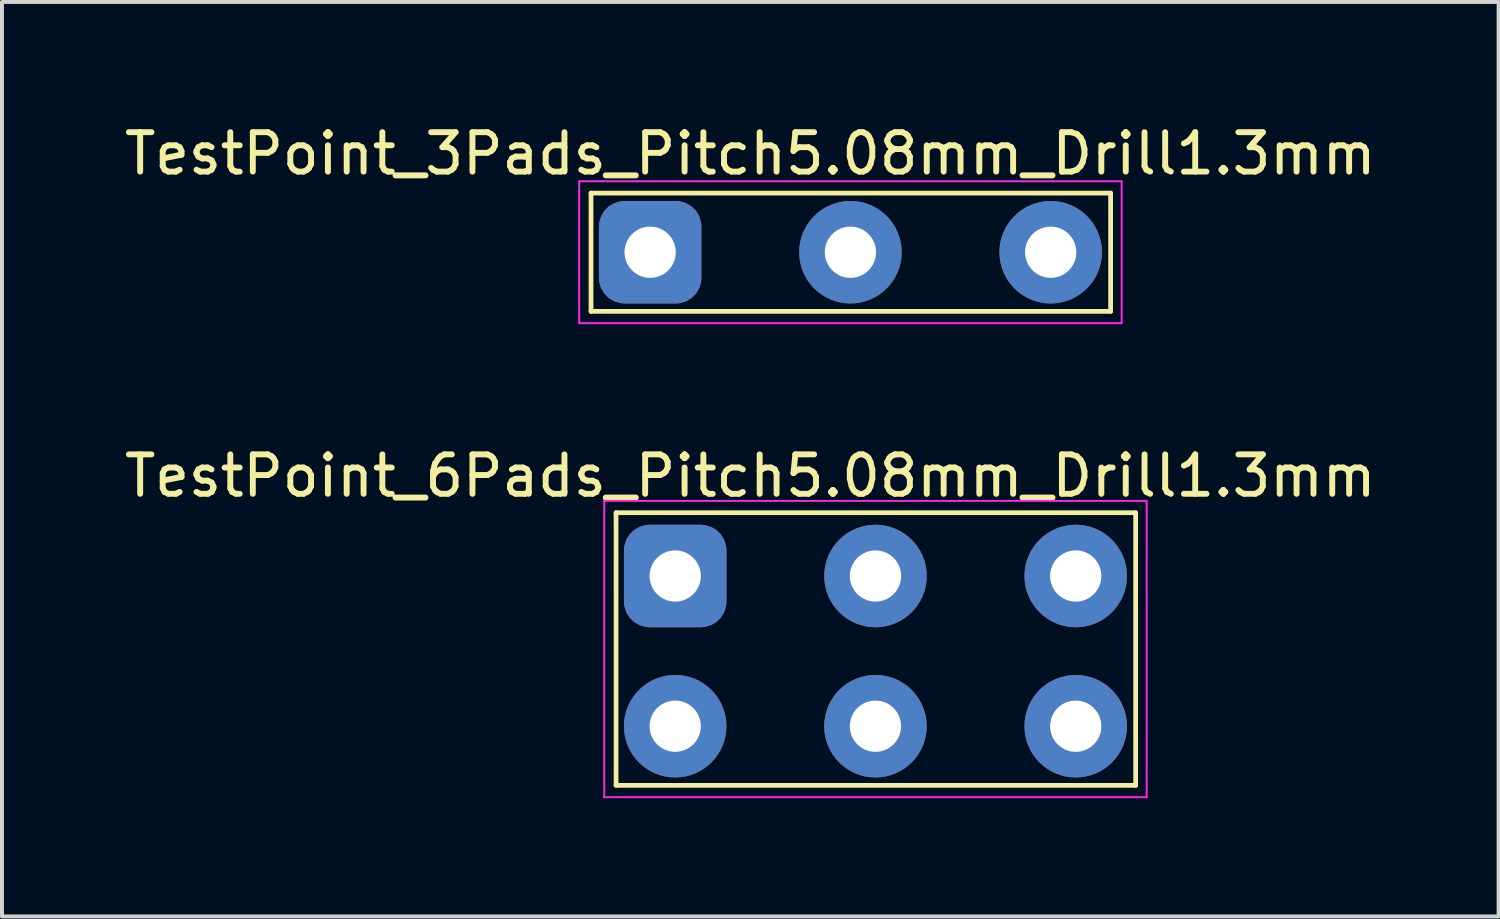
<source format=kicad_pcb>
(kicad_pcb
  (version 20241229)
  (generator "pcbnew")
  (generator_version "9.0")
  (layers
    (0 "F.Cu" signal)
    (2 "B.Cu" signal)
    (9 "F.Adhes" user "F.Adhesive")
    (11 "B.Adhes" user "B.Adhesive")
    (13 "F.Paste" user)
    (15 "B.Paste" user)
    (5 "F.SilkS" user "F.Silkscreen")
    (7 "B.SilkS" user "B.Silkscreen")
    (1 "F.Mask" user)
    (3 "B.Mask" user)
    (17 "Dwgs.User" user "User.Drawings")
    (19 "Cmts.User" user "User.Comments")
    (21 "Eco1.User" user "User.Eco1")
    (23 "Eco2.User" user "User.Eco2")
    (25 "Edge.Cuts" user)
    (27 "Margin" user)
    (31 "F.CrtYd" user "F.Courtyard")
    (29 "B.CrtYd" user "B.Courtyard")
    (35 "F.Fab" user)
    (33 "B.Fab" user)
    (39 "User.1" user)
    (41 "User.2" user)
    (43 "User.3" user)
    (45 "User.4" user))
  (footprint "TestPoint_6Pads_Pitch5.08mm_Drill1.3mm"
    (layer "F.Cu")
    (at 14.077 15.371)
    (property "Reference" "TestPoint_6Pads_Pitch5.08mm_Drill1.3mm" (at 1.905 -6.35 0) (layer "F.SilkS") (effects (font (size 1 1) (thickness 0.15))))
    (attr exclude_from_pos_files exclude_from_bom)
    (fp_line (start -1.5 -5.415) (end -1.5 1.5) (stroke (width 0.12) (type solid)) (layer "F.SilkS"))
    (fp_line (start -1.5 -5.415) (end 11.68 -5.415) (stroke (width 0.12) (type solid)) (layer "F.SilkS"))
    (fp_line (start 11.68 1.5) (end -1.5 1.5) (stroke (width 0.12) (type solid)) (layer "F.SilkS"))
    (fp_line (start 11.68 1.5) (end 11.68 -5.415) (stroke (width 0.12) (type solid)) (layer "F.SilkS"))
    (fp_line (start -1.8 -5.715) (end -1.8 1.8) (stroke (width 0.05) (type solid)) (layer "F.CrtYd"))
    (fp_line (start -1.8 -5.715) (end 11.96 -5.715) (stroke (width 0.05) (type solid)) (layer "F.CrtYd"))
    (fp_line (start 11.96 1.8) (end -1.8 1.8) (stroke (width 0.05) (type solid)) (layer "F.CrtYd"))
    (fp_line (start 11.96 1.8) (end 11.96 -5.715) (stroke (width 0.05) (type solid)) (layer "F.CrtYd"))
    (pad "1" thru_hole roundrect (at 0 -3.81) (size 2.6 2.6) (drill 1.3) (layers "*.Cu" "*.Mask") (roundrect_rratio 0.25))
    (pad "2" thru_hole circle (at 5.08 -3.81) (size 2.6 2.6) (drill 1.3) (layers "*.Cu" "*.Mask"))
    (pad "3" thru_hole circle (at 10.16 -3.81) (size 2.6 2.6) (drill 1.3) (layers "*.Cu" "*.Mask"))
    (pad "4" thru_hole circle (at 0 0) (size 2.6 2.6) (drill 1.3) (layers "*.Cu" "*.Mask"))
    (pad "5" thru_hole circle (at 5.08 0) (size 2.6 2.6) (drill 1.3) (layers "*.Cu" "*.Mask"))
    (pad "6" thru_hole circle (at 10.16 0) (size 2.6 2.6) (drill 1.3) (layers "*.Cu" "*.Mask")))
  (footprint "TestPoint_3Pads_Pitch5.08mm_Drill1.3mm"
    (layer "F.Cu")
    (at 13.442 3.348)
    (property "Reference" "TestPoint_3Pads_Pitch5.08mm_Drill1.3mm" (at 2.54 -2.5 0) (layer "F.SilkS") (effects (font (size 1 1) (thickness 0.15))))
    (attr exclude_from_pos_files exclude_from_bom)
    (fp_line (start -1.5 -1.5) (end -1.5 1.5) (stroke (width 0.12) (type solid)) (layer "F.SilkS"))
    (fp_line (start -1.5 -1.5) (end 11.68 -1.5) (stroke (width 0.12) (type solid)) (layer "F.SilkS"))
    (fp_line (start 11.68 1.5) (end -1.5 1.5) (stroke (width 0.12) (type solid)) (layer "F.SilkS"))
    (fp_line (start 11.68 1.5) (end 11.68 -1.5) (stroke (width 0.12) (type solid)) (layer "F.SilkS"))
    (fp_line (start -1.8 -1.8) (end -1.8 1.8) (stroke (width 0.05) (type solid)) (layer "F.CrtYd"))
    (fp_line (start -1.8 -1.8) (end 11.96 -1.8) (stroke (width 0.05) (type solid)) (layer "F.CrtYd"))
    (fp_line (start 11.96 1.8) (end -1.8 1.8) (stroke (width 0.05) (type solid)) (layer "F.CrtYd"))
    (fp_line (start 11.96 1.8) (end 11.96 -1.8) (stroke (width 0.05) (type solid)) (layer "F.CrtYd"))
    (pad "1" thru_hole roundrect (at 0 0) (size 2.6 2.6) (drill 1.3) (layers "*.Cu" "*.Mask") (roundrect_rratio 0.25))
    (pad "2" thru_hole circle (at 5.08 0) (size 2.6 2.6) (drill 1.3) (layers "*.Cu" "*.Mask"))
    (pad "3" thru_hole circle (at 10.16 0) (size 2.6 2.6) (drill 1.3) (layers "*.Cu" "*.Mask")))
  (gr_rect
    (start -3 -3)
    (end 34.964 20.197)
    (stroke (width 0.1) (type default))
    (fill no)
    (layer "Edge.Cuts")))
</source>
